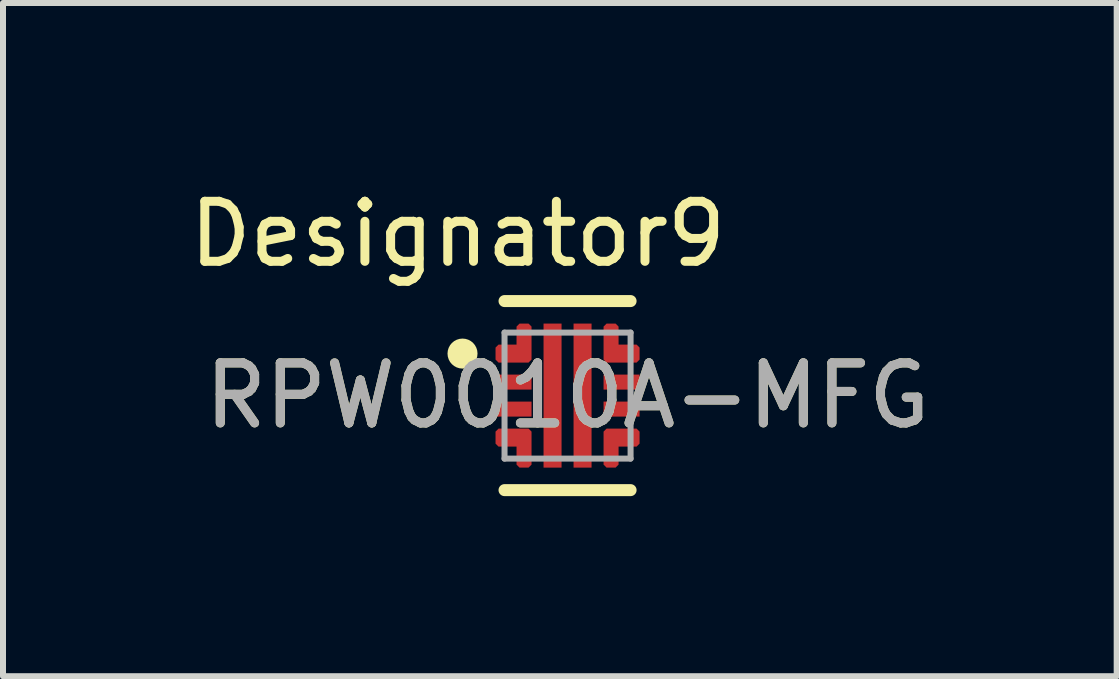
<source format=kicad_pcb>
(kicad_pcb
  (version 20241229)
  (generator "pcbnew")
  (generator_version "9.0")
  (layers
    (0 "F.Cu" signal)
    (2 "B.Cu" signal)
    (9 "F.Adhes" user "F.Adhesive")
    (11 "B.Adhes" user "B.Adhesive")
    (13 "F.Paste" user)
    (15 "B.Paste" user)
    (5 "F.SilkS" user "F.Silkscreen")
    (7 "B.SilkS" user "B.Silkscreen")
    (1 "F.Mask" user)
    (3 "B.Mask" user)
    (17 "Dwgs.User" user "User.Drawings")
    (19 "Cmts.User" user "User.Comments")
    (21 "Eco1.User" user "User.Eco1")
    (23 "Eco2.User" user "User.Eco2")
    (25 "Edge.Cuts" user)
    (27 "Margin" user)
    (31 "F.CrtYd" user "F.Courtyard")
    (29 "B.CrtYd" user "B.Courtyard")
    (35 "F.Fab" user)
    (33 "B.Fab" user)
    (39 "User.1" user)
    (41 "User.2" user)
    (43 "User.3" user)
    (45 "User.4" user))
  (footprint "RPW0010A-MFG"
    (layer "F.Cu")
    (at 6.406 3.541)
    (property "Reference" "RPW0010A-MFG" (at 0 0 0) (unlocked yes) (layer "F.SilkS") (effects (font (size 1 1) (thickness 0.15))))
    (attr smd)
    (fp_poly (pts (xy -0.85 -0.85) (xy -0.85 -1.15) (xy -0.8 -1.2) (xy -0.65 -1.2) (xy -0.6 -1.15) (xy -0.6 -0.6) (xy -0.65 -0.55) (xy -1.15 -0.55) (xy -1.2 -0.6) (xy -1.2 -0.8) (xy -1.15 -0.85)) (stroke (width 0) (type solid)) (fill yes) (layer "F.Cu"))
    (fp_poly (pts (xy -0.85 0.85) (xy -0.85 1.15) (xy -0.8 1.2) (xy -0.65 1.2) (xy -0.6 1.15) (xy -0.6 0.6) (xy -0.65 0.55) (xy -1.15 0.55) (xy -1.2 0.6) (xy -1.2 0.8) (xy -1.15 0.85)) (stroke (width 0) (type solid)) (fill yes) (layer "F.Cu"))
    (fp_poly (pts (xy 0.85 -0.85) (xy 0.85 -1.15) (xy 0.8 -1.2) (xy 0.65 -1.2) (xy 0.6 -1.15) (xy 0.6 -0.6) (xy 0.65 -0.55) (xy 1.15 -0.55) (xy 1.2 -0.6) (xy 1.2 -0.8) (xy 1.15 -0.85)) (stroke (width 0) (type solid)) (fill yes) (layer "F.Cu"))
    (fp_poly (pts (xy 0.85 0.85) (xy 0.85 1.15) (xy 0.8 1.2) (xy 0.65 1.2) (xy 0.6 1.15) (xy 0.6 0.6) (xy 0.65 0.55) (xy 1.15 0.55) (xy 1.2 0.6) (xy 1.2 0.8) (xy 1.15 0.85)) (stroke (width 0) (type solid)) (fill yes) (layer "F.Cu"))
    (fp_poly (pts (xy -0.85 -0.85) (xy -0.85 -1.15) (xy -0.8 -1.2) (xy -0.65 -1.2) (xy -0.6 -1.15) (xy -0.6 -0.6) (xy -0.65 -0.55) (xy -1.15 -0.55) (xy -1.2 -0.6) (xy -1.2 -0.8) (xy -1.15 -0.85)) (stroke (width 0) (type solid)) (fill yes) (layer "F.Mask"))
    (fp_poly (pts (xy -0.85 0.85) (xy -1.15 0.85) (xy -1.2 0.8) (xy -1.2 0.6) (xy -1.15 0.55) (xy -0.65 0.55) (xy -0.6 0.6) (xy -0.6 1.15) (xy -0.65 1.2) (xy -0.8 1.2) (xy -0.85 1.15)) (stroke (width 0) (type solid)) (fill yes) (layer "F.Mask"))
    (fp_poly (pts (xy 0.85 -0.85) (xy 1.15 -0.85) (xy 1.2 -0.8) (xy 1.2 -0.6) (xy 1.15 -0.55) (xy 0.65 -0.55) (xy 0.6 -0.6) (xy 0.6 -1.15) (xy 0.65 -1.2) (xy 0.8 -1.2) (xy 0.85 -1.15)) (stroke (width 0) (type solid)) (fill yes) (layer "F.Mask"))
    (fp_poly (pts (xy 0.85 0.85) (xy 0.85 1.15) (xy 0.8 1.2) (xy 0.65 1.2) (xy 0.6 1.15) (xy 0.6 0.6) (xy 0.65 0.55) (xy 1.15 0.55) (xy 1.2 0.6) (xy 1.2 0.8) (xy 1.15 0.85)) (stroke (width 0) (type solid)) (fill yes) (layer "F.Mask"))
    (fp_line (start -1.05 -1.575) (end 1.05 -1.575) (stroke (width 0.2) (type solid)) (layer "F.SilkS"))
    (fp_line (start -1.05 1.575) (end 1.05 1.575) (stroke (width 0.2) (type solid)) (layer "F.SilkS"))
    (fp_circle (center -1.75 -0.7) (end -1.625 -0.7) (stroke (width 0.25) (type solid)) (fill no) (layer "F.SilkS"))
    (fp_poly (pts (xy -0.34 1.16) (xy -0.39 1.11) (xy -0.39 0.15) (xy -0.34 0.1) (xy -0.16 0.1) (xy -0.11 0.15) (xy -0.11 1.11) (xy -0.16 1.16)) (stroke (width 0) (type solid)) (fill yes) (layer "F.Paste"))
    (fp_poly (pts (xy -0.11 -1.11) (xy -0.11 -0.15) (xy -0.16 -0.1) (xy -0.34 -0.1) (xy -0.39 -0.15) (xy -0.39 -1.11) (xy -0.34 -1.16) (xy -0.16 -1.16)) (stroke (width 0) (type solid)) (fill yes) (layer "F.Paste"))
    (fp_poly (pts (xy 0.39 -0.15) (xy 0.34 -0.1) (xy 0.16 -0.1) (xy 0.11 -0.15) (xy 0.11 -1.11) (xy 0.16 -1.16) (xy 0.34 -1.16) (xy 0.39 -1.11)) (stroke (width 0) (type solid)) (fill yes) (layer "F.Paste"))
    (fp_poly (pts (xy 0.39 1.11) (xy 0.34 1.16) (xy 0.16 1.16) (xy 0.11 1.11) (xy 0.11 0.15) (xy 0.16 0.1) (xy 0.34 0.1) (xy 0.39 0.15)) (stroke (width 0) (type solid)) (fill yes) (layer "F.Paste"))
    (fp_poly (pts (xy -0.825 -0.825) (xy -0.825 -1.15) (xy -0.775 -1.2) (xy -0.65 -1.2) (xy -0.6 -1.15) (xy -0.6 -0.6) (xy -0.65 -0.55) (xy -1.15 -0.55) (xy -1.2 -0.6) (xy -1.2 -0.775) (xy -1.15 -0.825)) (stroke (width 0) (type solid)) (fill yes) (layer "F.Paste"))
    (fp_poly (pts (xy -0.825 0.825) (xy -0.825 1.15) (xy -0.775 1.2) (xy -0.65 1.2) (xy -0.6 1.15) (xy -0.6 0.6) (xy -0.65 0.55) (xy -1.15 0.55) (xy -1.2 0.6) (xy -1.2 0.775) (xy -1.15 0.825)) (stroke (width 0) (type solid)) (fill yes) (layer "F.Paste"))
    (fp_poly (pts (xy 0.825 -0.825) (xy 0.825 -1.15) (xy 0.775 -1.2) (xy 0.65 -1.2) (xy 0.6 -1.15) (xy 0.6 -0.6) (xy 0.65 -0.55) (xy 1.15 -0.55) (xy 1.2 -0.6) (xy 1.2 -0.775) (xy 1.15 -0.825)) (stroke (width 0) (type solid)) (fill yes) (layer "F.Paste"))
    (fp_poly (pts (xy 0.825 0.825) (xy 0.825 1.15) (xy 0.775 1.2) (xy 0.65 1.2) (xy 0.6 1.15) (xy 0.6 0.6) (xy 0.65 0.55) (xy 1.15 0.55) (xy 1.2 0.6) (xy 1.2 0.775) (xy 1.15 0.825)) (stroke (width 0) (type solid)) (fill yes) (layer "F.Paste"))
    (fp_line (start -1.05 -1.05) (end 1.05 -1.05) (stroke (width 0.1) (type solid)) (layer "F.Fab"))
    (fp_line (start -1.05 1.05) (end -1.05 -1.05) (stroke (width 0.1) (type solid)) (layer "F.Fab"))
    (fp_line (start -1.05 1.05) (end 1.05 1.05) (stroke (width 0.1) (type solid)) (layer "F.Fab"))
    (fp_line (start 1.05 1.05) (end 1.05 -1.05) (stroke (width 0.1) (type solid)) (layer "F.Fab"))
    (fp_text user "Designator9" (at -1.829 -2.692 0) (unlocked yes) (layer "F.SilkS") (effects (font (size 1 1) (thickness 0.15))))
    (fp_text user "${REFERENCE}" (at 0 0 0) (unlocked yes) (layer "F.Fab") (effects (font (size 1 1) (thickness 0.15))))
    (pad "1" smd circle (at -0.75 -0.7) (size 0.27 0.27) (layers "F.Cu" "F.Mask"))
    (pad "2" smd rect (at -0.9 -0.225) (size 0.6 0.25) (layers "F.Cu" "F.Mask" "F.Paste"))
    (pad "3" smd rect (at -0.9 0.225) (size 0.6 0.25) (layers "F.Cu" "F.Mask" "F.Paste"))
    (pad "4" smd circle (at -0.75 0.75) (size 0.255 0.255) (layers "F.Cu" "F.Mask"))
    (pad "5" smd rect (at -0.25 0) (size 0.3 2.4) (layers "F.Cu" "F.Mask"))
    (pad "6" smd rect (at 0.25 0) (size 0.3 2.4) (layers "F.Cu" "F.Mask"))
    (pad "7" smd circle (at 0.75 0.75) (size 0.255 0.255) (layers "F.Cu" "F.Mask"))
    (pad "8" smd rect (at 0.9 0.225) (size 0.6 0.25) (layers "F.Cu" "F.Mask" "F.Paste"))
    (pad "9" smd rect (at 0.9 -0.225) (size 0.6 0.25) (layers "F.Cu" "F.Mask" "F.Paste"))
    (pad "10" smd circle (at 0.75 -0.7) (size 0.27 0.27) (layers "F.Cu" "F.Mask")))
  (gr_rect
    (start -3 -3)
    (end 15.555 8.216)
    (stroke (width 0.1) (type default))
    (fill no)
    (layer "Edge.Cuts")))
</source>
